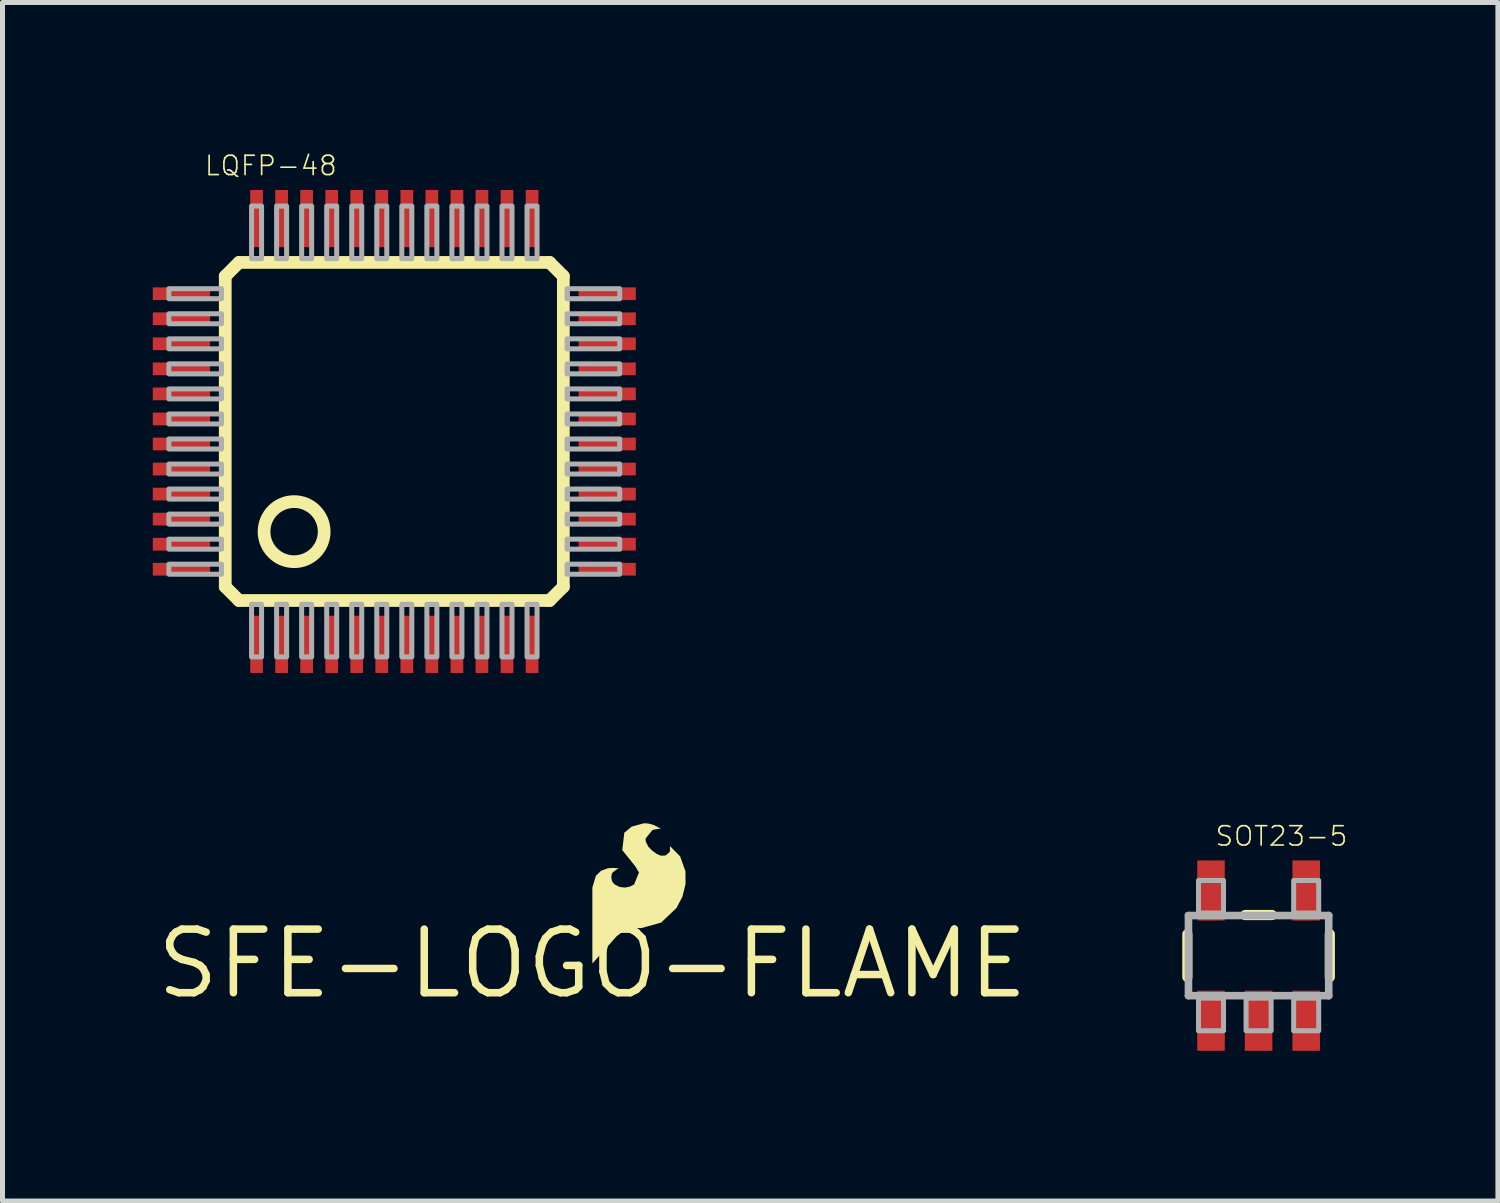
<source format=kicad_pcb>
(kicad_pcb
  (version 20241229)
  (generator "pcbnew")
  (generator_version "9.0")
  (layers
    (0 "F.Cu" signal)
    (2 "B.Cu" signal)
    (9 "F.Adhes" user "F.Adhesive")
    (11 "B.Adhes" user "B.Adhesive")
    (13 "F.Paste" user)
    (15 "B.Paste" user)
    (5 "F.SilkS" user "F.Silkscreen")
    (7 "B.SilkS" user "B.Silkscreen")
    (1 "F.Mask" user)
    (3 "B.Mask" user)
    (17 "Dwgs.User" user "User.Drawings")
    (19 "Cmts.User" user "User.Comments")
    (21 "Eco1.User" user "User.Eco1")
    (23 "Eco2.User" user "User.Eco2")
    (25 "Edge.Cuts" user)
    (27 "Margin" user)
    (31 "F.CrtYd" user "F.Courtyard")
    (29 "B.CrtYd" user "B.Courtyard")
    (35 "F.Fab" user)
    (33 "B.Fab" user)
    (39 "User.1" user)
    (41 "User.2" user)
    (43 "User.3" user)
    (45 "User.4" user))
  (footprint "LQFP-48"
    (layer "F.Cu")
    (at 4.822 5.564)
    (property "Reference" "LQFP-48" (at -3.81 -5.08 0) (layer "F.SilkS") (effects (font (size 0.386 0.386) (thickness 0.033)) (justify left bottom)))
    (attr through_hole)
    (fp_line (start -3.375 -3.1) (end -3.1 -3.375) (stroke (width 0.254) (type solid)) (layer "F.SilkS"))
    (fp_line (start -3.375 3.1) (end -3.375 -3.1) (stroke (width 0.254) (type solid)) (layer "F.SilkS"))
    (fp_line (start -3.1 -3.375) (end 3.1 -3.375) (stroke (width 0.254) (type solid)) (layer "F.SilkS"))
    (fp_line (start -3.1 3.375) (end -3.375 3.1) (stroke (width 0.254) (type solid)) (layer "F.SilkS"))
    (fp_line (start 3.1 -3.375) (end 3.375 -3.1) (stroke (width 0.254) (type solid)) (layer "F.SilkS"))
    (fp_line (start 3.1 3.375) (end -3.1 3.375) (stroke (width 0.254) (type solid)) (layer "F.SilkS"))
    (fp_line (start 3.375 -3.1) (end 3.375 3.1) (stroke (width 0.254) (type solid)) (layer "F.SilkS"))
    (fp_line (start 3.375 3.1) (end 3.1 3.375) (stroke (width 0.254) (type solid)) (layer "F.SilkS"))
    (fp_circle (center -2 2) (end -1.4 2) (stroke (width 0.254) (type solid)) (fill no) (layer "F.SilkS"))
    (fp_poly (pts (xy -4.5 -2.65) (xy -3.45 -2.65) (xy -3.45 -2.85) (xy -4.5 -2.85)) (stroke (width 0.1) (type solid)) (fill no) (layer "F.Fab"))
    (fp_poly (pts (xy -4.5 -2.15) (xy -3.45 -2.15) (xy -3.45 -2.35) (xy -4.5 -2.35)) (stroke (width 0.1) (type solid)) (fill no) (layer "F.Fab"))
    (fp_poly (pts (xy -4.5 -1.65) (xy -3.45 -1.65) (xy -3.45 -1.85) (xy -4.5 -1.85)) (stroke (width 0.1) (type solid)) (fill no) (layer "F.Fab"))
    (fp_poly (pts (xy -4.5 -1.15) (xy -3.45 -1.15) (xy -3.45 -1.35) (xy -4.5 -1.35)) (stroke (width 0.1) (type solid)) (fill no) (layer "F.Fab"))
    (fp_poly (pts (xy -4.5 -0.65) (xy -3.45 -0.65) (xy -3.45 -0.85) (xy -4.5 -0.85)) (stroke (width 0.1) (type solid)) (fill no) (layer "F.Fab"))
    (fp_poly (pts (xy -4.5 -0.15) (xy -3.45 -0.15) (xy -3.45 -0.35) (xy -4.5 -0.35)) (stroke (width 0.1) (type solid)) (fill no) (layer "F.Fab"))
    (fp_poly (pts (xy -4.5 0.35) (xy -3.45 0.35) (xy -3.45 0.15) (xy -4.5 0.15)) (stroke (width 0.1) (type solid)) (fill no) (layer "F.Fab"))
    (fp_poly (pts (xy -4.5 0.85) (xy -3.45 0.85) (xy -3.45 0.65) (xy -4.5 0.65)) (stroke (width 0.1) (type solid)) (fill no) (layer "F.Fab"))
    (fp_poly (pts (xy -4.5 1.35) (xy -3.45 1.35) (xy -3.45 1.15) (xy -4.5 1.15)) (stroke (width 0.1) (type solid)) (fill no) (layer "F.Fab"))
    (fp_poly (pts (xy -4.5 1.85) (xy -3.45 1.85) (xy -3.45 1.65) (xy -4.5 1.65)) (stroke (width 0.1) (type solid)) (fill no) (layer "F.Fab"))
    (fp_poly (pts (xy -4.5 2.35) (xy -3.45 2.35) (xy -3.45 2.15) (xy -4.5 2.15)) (stroke (width 0.1) (type solid)) (fill no) (layer "F.Fab"))
    (fp_poly (pts (xy -4.5 2.85) (xy -3.45 2.85) (xy -3.45 2.65) (xy -4.5 2.65)) (stroke (width 0.1) (type solid)) (fill no) (layer "F.Fab"))
    (fp_poly (pts (xy -2.85 -3.45) (xy -2.65 -3.45) (xy -2.65 -4.5) (xy -2.85 -4.5)) (stroke (width 0.1) (type solid)) (fill no) (layer "F.Fab"))
    (fp_poly (pts (xy -2.85 4.5) (xy -2.65 4.5) (xy -2.65 3.45) (xy -2.85 3.45)) (stroke (width 0.1) (type solid)) (fill no) (layer "F.Fab"))
    (fp_poly (pts (xy -2.35 -3.45) (xy -2.15 -3.45) (xy -2.15 -4.5) (xy -2.35 -4.5)) (stroke (width 0.1) (type solid)) (fill no) (layer "F.Fab"))
    (fp_poly (pts (xy -2.35 4.5) (xy -2.15 4.5) (xy -2.15 3.45) (xy -2.35 3.45)) (stroke (width 0.1) (type solid)) (fill no) (layer "F.Fab"))
    (fp_poly (pts (xy -1.85 -3.45) (xy -1.65 -3.45) (xy -1.65 -4.5) (xy -1.85 -4.5)) (stroke (width 0.1) (type solid)) (fill no) (layer "F.Fab"))
    (fp_poly (pts (xy -1.85 4.5) (xy -1.65 4.5) (xy -1.65 3.45) (xy -1.85 3.45)) (stroke (width 0.1) (type solid)) (fill no) (layer "F.Fab"))
    (fp_poly (pts (xy -1.35 -3.45) (xy -1.15 -3.45) (xy -1.15 -4.5) (xy -1.35 -4.5)) (stroke (width 0.1) (type solid)) (fill no) (layer "F.Fab"))
    (fp_poly (pts (xy -1.35 4.5) (xy -1.15 4.5) (xy -1.15 3.45) (xy -1.35 3.45)) (stroke (width 0.1) (type solid)) (fill no) (layer "F.Fab"))
    (fp_poly (pts (xy -0.85 -3.45) (xy -0.65 -3.45) (xy -0.65 -4.5) (xy -0.85 -4.5)) (stroke (width 0.1) (type solid)) (fill no) (layer "F.Fab"))
    (fp_poly (pts (xy -0.85 4.5) (xy -0.65 4.5) (xy -0.65 3.45) (xy -0.85 3.45)) (stroke (width 0.1) (type solid)) (fill no) (layer "F.Fab"))
    (fp_poly (pts (xy -0.35 -3.45) (xy -0.15 -3.45) (xy -0.15 -4.5) (xy -0.35 -4.5)) (stroke (width 0.1) (type solid)) (fill no) (layer "F.Fab"))
    (fp_poly (pts (xy -0.35 4.5) (xy -0.15 4.5) (xy -0.15 3.45) (xy -0.35 3.45)) (stroke (width 0.1) (type solid)) (fill no) (layer "F.Fab"))
    (fp_poly (pts (xy 0.15 -3.45) (xy 0.35 -3.45) (xy 0.35 -4.5) (xy 0.15 -4.5)) (stroke (width 0.1) (type solid)) (fill no) (layer "F.Fab"))
    (fp_poly (pts (xy 0.15 4.5) (xy 0.35 4.5) (xy 0.35 3.45) (xy 0.15 3.45)) (stroke (width 0.1) (type solid)) (fill no) (layer "F.Fab"))
    (fp_poly (pts (xy 0.65 -3.45) (xy 0.85 -3.45) (xy 0.85 -4.5) (xy 0.65 -4.5)) (stroke (width 0.1) (type solid)) (fill no) (layer "F.Fab"))
    (fp_poly (pts (xy 0.65 4.5) (xy 0.85 4.5) (xy 0.85 3.45) (xy 0.65 3.45)) (stroke (width 0.1) (type solid)) (fill no) (layer "F.Fab"))
    (fp_poly (pts (xy 1.15 -3.45) (xy 1.35 -3.45) (xy 1.35 -4.5) (xy 1.15 -4.5)) (stroke (width 0.1) (type solid)) (fill no) (layer "F.Fab"))
    (fp_poly (pts (xy 1.15 4.5) (xy 1.35 4.5) (xy 1.35 3.45) (xy 1.15 3.45)) (stroke (width 0.1) (type solid)) (fill no) (layer "F.Fab"))
    (fp_poly (pts (xy 1.65 -3.45) (xy 1.85 -3.45) (xy 1.85 -4.5) (xy 1.65 -4.5)) (stroke (width 0.1) (type solid)) (fill no) (layer "F.Fab"))
    (fp_poly (pts (xy 1.65 4.5) (xy 1.85 4.5) (xy 1.85 3.45) (xy 1.65 3.45)) (stroke (width 0.1) (type solid)) (fill no) (layer "F.Fab"))
    (fp_poly (pts (xy 2.15 -3.45) (xy 2.35 -3.45) (xy 2.35 -4.5) (xy 2.15 -4.5)) (stroke (width 0.1) (type solid)) (fill no) (layer "F.Fab"))
    (fp_poly (pts (xy 2.15 4.5) (xy 2.35 4.5) (xy 2.35 3.45) (xy 2.15 3.45)) (stroke (width 0.1) (type solid)) (fill no) (layer "F.Fab"))
    (fp_poly (pts (xy 2.65 -3.45) (xy 2.85 -3.45) (xy 2.85 -4.5) (xy 2.65 -4.5)) (stroke (width 0.1) (type solid)) (fill no) (layer "F.Fab"))
    (fp_poly (pts (xy 2.65 4.5) (xy 2.85 4.5) (xy 2.85 3.45) (xy 2.65 3.45)) (stroke (width 0.1) (type solid)) (fill no) (layer "F.Fab"))
    (fp_poly (pts (xy 3.45 -2.65) (xy 4.5 -2.65) (xy 4.5 -2.85) (xy 3.45 -2.85)) (stroke (width 0.1) (type solid)) (fill no) (layer "F.Fab"))
    (fp_poly (pts (xy 3.45 -2.15) (xy 4.5 -2.15) (xy 4.5 -2.35) (xy 3.45 -2.35)) (stroke (width 0.1) (type solid)) (fill no) (layer "F.Fab"))
    (fp_poly (pts (xy 3.45 -1.65) (xy 4.5 -1.65) (xy 4.5 -1.85) (xy 3.45 -1.85)) (stroke (width 0.1) (type solid)) (fill no) (layer "F.Fab"))
    (fp_poly (pts (xy 3.45 -1.15) (xy 4.5 -1.15) (xy 4.5 -1.35) (xy 3.45 -1.35)) (stroke (width 0.1) (type solid)) (fill no) (layer "F.Fab"))
    (fp_poly (pts (xy 3.45 -0.65) (xy 4.5 -0.65) (xy 4.5 -0.85) (xy 3.45 -0.85)) (stroke (width 0.1) (type solid)) (fill no) (layer "F.Fab"))
    (fp_poly (pts (xy 3.45 -0.15) (xy 4.5 -0.15) (xy 4.5 -0.35) (xy 3.45 -0.35)) (stroke (width 0.1) (type solid)) (fill no) (layer "F.Fab"))
    (fp_poly (pts (xy 3.45 0.35) (xy 4.5 0.35) (xy 4.5 0.15) (xy 3.45 0.15)) (stroke (width 0.1) (type solid)) (fill no) (layer "F.Fab"))
    (fp_poly (pts (xy 3.45 0.85) (xy 4.5 0.85) (xy 4.5 0.65) (xy 3.45 0.65)) (stroke (width 0.1) (type solid)) (fill no) (layer "F.Fab"))
    (fp_poly (pts (xy 3.45 1.35) (xy 4.5 1.35) (xy 4.5 1.15) (xy 3.45 1.15)) (stroke (width 0.1) (type solid)) (fill no) (layer "F.Fab"))
    (fp_poly (pts (xy 3.45 1.85) (xy 4.5 1.85) (xy 4.5 1.65) (xy 3.45 1.65)) (stroke (width 0.1) (type solid)) (fill no) (layer "F.Fab"))
    (fp_poly (pts (xy 3.45 2.35) (xy 4.5 2.35) (xy 4.5 2.15) (xy 3.45 2.15)) (stroke (width 0.1) (type solid)) (fill no) (layer "F.Fab"))
    (fp_poly (pts (xy 3.45 2.85) (xy 4.5 2.85) (xy 4.5 2.65) (xy 3.45 2.65)) (stroke (width 0.1) (type solid)) (fill no) (layer "F.Fab"))
    (pad "1" smd rect (at -2.75 4.25) (size 0.254 1.143) (layers "F.Cu" "F.Mask" "F.Paste"))
    (pad "2" smd rect (at -2.25 4.25) (size 0.254 1.143) (layers "F.Cu" "F.Mask" "F.Paste"))
    (pad "3" smd rect (at -1.75 4.25) (size 0.254 1.143) (layers "F.Cu" "F.Mask" "F.Paste"))
    (pad "4" smd rect (at -1.25 4.25) (size 0.254 1.143) (layers "F.Cu" "F.Mask" "F.Paste"))
    (pad "5" smd rect (at -0.75 4.25) (size 0.254 1.143) (layers "F.Cu" "F.Mask" "F.Paste"))
    (pad "6" smd rect (at -0.25 4.25) (size 0.254 1.143) (layers "F.Cu" "F.Mask" "F.Paste"))
    (pad "7" smd rect (at 0.25 4.25) (size 0.254 1.143) (layers "F.Cu" "F.Mask" "F.Paste"))
    (pad "8" smd rect (at 0.75 4.25) (size 0.254 1.143) (layers "F.Cu" "F.Mask" "F.Paste"))
    (pad "9" smd rect (at 1.25 4.25) (size 0.254 1.143) (layers "F.Cu" "F.Mask" "F.Paste"))
    (pad "10" smd rect (at 1.75 4.25) (size 0.254 1.143) (layers "F.Cu" "F.Mask" "F.Paste"))
    (pad "11" smd rect (at 2.25 4.25) (size 0.254 1.143) (layers "F.Cu" "F.Mask" "F.Paste"))
    (pad "12" smd rect (at 2.75 4.25) (size 0.254 1.143) (layers "F.Cu" "F.Mask" "F.Paste"))
    (pad "13" smd rect (at 4.25 2.75) (size 1.143 0.254) (layers "F.Cu" "F.Mask" "F.Paste"))
    (pad "14" smd rect (at 4.25 2.25) (size 1.143 0.254) (layers "F.Cu" "F.Mask" "F.Paste"))
    (pad "15" smd rect (at 4.25 1.75) (size 1.143 0.254) (layers "F.Cu" "F.Mask" "F.Paste"))
    (pad "16" smd rect (at 4.25 1.25) (size 1.143 0.254) (layers "F.Cu" "F.Mask" "F.Paste"))
    (pad "17" smd rect (at 4.25 0.75) (size 1.143 0.254) (layers "F.Cu" "F.Mask" "F.Paste"))
    (pad "18" smd rect (at 4.25 0.25) (size 1.143 0.254) (layers "F.Cu" "F.Mask" "F.Paste"))
    (pad "19" smd rect (at 4.25 -0.25) (size 1.143 0.254) (layers "F.Cu" "F.Mask" "F.Paste"))
    (pad "20" smd rect (at 4.25 -0.75) (size 1.143 0.254) (layers "F.Cu" "F.Mask" "F.Paste"))
    (pad "21" smd rect (at 4.25 -1.25) (size 1.143 0.254) (layers "F.Cu" "F.Mask" "F.Paste"))
    (pad "22" smd rect (at 4.25 -1.75) (size 1.143 0.254) (layers "F.Cu" "F.Mask" "F.Paste"))
    (pad "23" smd rect (at 4.25 -2.25) (size 1.143 0.254) (layers "F.Cu" "F.Mask" "F.Paste"))
    (pad "24" smd rect (at 4.25 -2.75) (size 1.143 0.254) (layers "F.Cu" "F.Mask" "F.Paste"))
    (pad "25" smd rect (at 2.75 -4.25) (size 0.254 1.143) (layers "F.Cu" "F.Mask" "F.Paste"))
    (pad "26" smd rect (at 2.25 -4.25) (size 0.254 1.143) (layers "F.Cu" "F.Mask" "F.Paste"))
    (pad "27" smd rect (at 1.75 -4.25) (size 0.254 1.143) (layers "F.Cu" "F.Mask" "F.Paste"))
    (pad "28" smd rect (at 1.25 -4.25) (size 0.254 1.143) (layers "F.Cu" "F.Mask" "F.Paste"))
    (pad "29" smd rect (at 0.75 -4.25) (size 0.254 1.143) (layers "F.Cu" "F.Mask" "F.Paste"))
    (pad "30" smd rect (at 0.25 -4.25) (size 0.254 1.143) (layers "F.Cu" "F.Mask" "F.Paste"))
    (pad "31" smd rect (at -0.25 -4.25) (size 0.254 1.143) (layers "F.Cu" "F.Mask" "F.Paste"))
    (pad "32" smd rect (at -0.75 -4.25) (size 0.254 1.143) (layers "F.Cu" "F.Mask" "F.Paste"))
    (pad "33" smd rect (at -1.25 -4.25) (size 0.254 1.143) (layers "F.Cu" "F.Mask" "F.Paste"))
    (pad "34" smd rect (at -1.75 -4.25) (size 0.254 1.143) (layers "F.Cu" "F.Mask" "F.Paste"))
    (pad "35" smd rect (at -2.25 -4.25) (size 0.254 1.143) (layers "F.Cu" "F.Mask" "F.Paste"))
    (pad "36" smd rect (at -2.75 -4.25) (size 0.254 1.143) (layers "F.Cu" "F.Mask" "F.Paste"))
    (pad "37" smd rect (at -4.25 -2.75) (size 1.143 0.254) (layers "F.Cu" "F.Mask" "F.Paste"))
    (pad "38" smd rect (at -4.25 -2.25) (size 1.143 0.254) (layers "F.Cu" "F.Mask" "F.Paste"))
    (pad "39" smd rect (at -4.25 -1.75) (size 1.143 0.254) (layers "F.Cu" "F.Mask" "F.Paste"))
    (pad "40" smd rect (at -4.25 -1.25) (size 1.143 0.254) (layers "F.Cu" "F.Mask" "F.Paste"))
    (pad "41" smd rect (at -4.25 -0.75) (size 1.143 0.254) (layers "F.Cu" "F.Mask" "F.Paste"))
    (pad "42" smd rect (at -4.25 -0.25) (size 1.143 0.254) (layers "F.Cu" "F.Mask" "F.Paste"))
    (pad "43" smd rect (at -4.25 0.25) (size 1.143 0.254) (layers "F.Cu" "F.Mask" "F.Paste"))
    (pad "44" smd rect (at -4.25 0.75) (size 1.143 0.254) (layers "F.Cu" "F.Mask" "F.Paste"))
    (pad "45" smd rect (at -4.25 1.25) (size 1.143 0.254) (layers "F.Cu" "F.Mask" "F.Paste"))
    (pad "46" smd rect (at -4.25 1.75) (size 1.143 0.254) (layers "F.Cu" "F.Mask" "F.Paste"))
    (pad "47" smd rect (at -4.25 2.25) (size 1.143 0.254) (layers "F.Cu" "F.Mask" "F.Paste"))
    (pad "48" smd rect (at -4.25 2.75) (size 1.143 0.254) (layers "F.Cu" "F.Mask" "F.Paste")))
  (footprint "SFE-LOGO-FLAME"
    (layer "F.Cu")
    (at 8.776 16.189)
    (property "Reference" "SFE-LOGO-FLAME" (at 0 0 0) (layer "F.SilkS") (effects (font (size 1.27 1.27) (thickness 0.15))))
    (attr through_hole)
    (fp_poly (pts (xy 0.546 -1.897) (xy 0.498 -1.905) (xy 0.404 -1.912) (xy 0.31 -1.905) (xy 0.175 -1.855) (xy 0.071 -1.755) (xy 0.0001 -1.519) (xy 0.0001 -0.003) (xy 0.488 -0.551) (xy 0.676 -0.691) (xy 0.713 -0.704) (xy 0.752 -0.711) (xy 0.981 -0.711) (xy 1.372 -0.82) (xy 1.679 -1.11) (xy 1.679 -1.11) (xy 1.798 -1.338) (xy 1.86 -1.587) (xy 1.859 -1.844) (xy 1.859 -1.844) (xy 1.753 -2.141) (xy 1.55 -2.347) (xy 1.55 -2.258) (xy 1.542 -2.23) (xy 1.473 -2.167) (xy 1.463 -2.162) (xy 1.453 -2.159) (xy 1.367 -2.156) (xy 1.288 -2.189) (xy 1.196 -2.256) (xy 1.118 -2.334) (xy 1.067 -2.433) (xy 1.062 -2.499) (xy 1.202 -2.67) (xy 1.306 -2.69) (xy 1.367 -2.69) (xy 1.367 -2.69) (xy 1.364 -2.692) (xy 1.27 -2.748) (xy 1.252 -2.755) (xy 1.234 -2.764) (xy 1.223 -2.769) (xy 1.212 -2.774) (xy 1.124 -2.796) (xy 1.034 -2.804) (xy 0.785 -2.736) (xy 0.638 -2.614) (xy 0.638 -2.614) (xy 0.597 -2.268) (xy 0.861 -1.938) (xy 0.861 -1.938) (xy 0.93 -1.821) (xy 0.833 -1.58) (xy 0.747 -1.538) (xy 0.653 -1.519) (xy 0.653 -1.519) (xy 0.543 -1.531) (xy 0.445 -1.582) (xy 0.411 -1.618) (xy 0.389 -1.661) (xy 0.378 -1.728) (xy 0.389 -1.796) (xy 0.411 -1.826) (xy 0.495 -1.887) (xy 0.495 -1.887) (xy 0.52 -1.898)) (stroke (width 0) (type solid)) (fill yes) (layer "F.SilkS")))
  (footprint "SOT23-5"
    (layer "F.Cu")
    (at 22.077 16.028)
    (property "Reference" "SOT23-5" (at -0.889 -2.159 0) (layer "F.SilkS") (effects (font (size 0.386 0.386) (thickness 0.033)) (justify left bottom)))
    (attr through_hole)
    (fp_line (start -1.422 0.429) (end -1.422 -0.429) (stroke (width 0.203) (type solid)) (layer "F.SilkS"))
    (fp_line (start -0.268 -0.81) (end 0.268 -0.81) (stroke (width 0.203) (type solid)) (layer "F.SilkS"))
    (fp_line (start 1.422 -0.429) (end 1.422 0.429) (stroke (width 0.203) (type solid)) (layer "F.SilkS"))
    (fp_line (start -1.4 -0.8) (end -1.4 0.8) (stroke (width 0.152) (type solid)) (layer "F.Fab"))
    (fp_line (start -1.4 -0.8) (end 1.4 -0.8) (stroke (width 0.152) (type solid)) (layer "F.Fab"))
    (fp_line (start 1.4 -0.8) (end 1.4 0.8) (stroke (width 0.152) (type solid)) (layer "F.Fab"))
    (fp_line (start 1.4 0.8) (end -1.4 0.8) (stroke (width 0.152) (type solid)) (layer "F.Fab"))
    (fp_poly (pts (xy -1.2 -0.85) (xy -0.7 -0.85) (xy -0.7 -1.5) (xy -1.2 -1.5)) (stroke (width 0.1) (type solid)) (fill no) (layer "F.Fab"))
    (fp_poly (pts (xy -1.2 1.5) (xy -0.7 1.5) (xy -0.7 0.85) (xy -1.2 0.85)) (stroke (width 0.1) (type solid)) (fill no) (layer "F.Fab"))
    (fp_poly (pts (xy -0.25 1.5) (xy 0.25 1.5) (xy 0.25 0.85) (xy -0.25 0.85)) (stroke (width 0.1) (type solid)) (fill no) (layer "F.Fab"))
    (fp_poly (pts (xy 0.7 -0.85) (xy 1.2 -0.85) (xy 1.2 -1.5) (xy 0.7 -1.5)) (stroke (width 0.1) (type solid)) (fill no) (layer "F.Fab"))
    (fp_poly (pts (xy 0.7 1.5) (xy 1.2 1.5) (xy 1.2 0.85) (xy 0.7 0.85)) (stroke (width 0.1) (type solid)) (fill no) (layer "F.Fab"))
    (pad "1" smd rect (at -0.95 1.3) (size 0.55 1.2) (layers "F.Cu" "F.Mask" "F.Paste"))
    (pad "2" smd rect (at 0 1.3) (size 0.55 1.2) (layers "F.Cu" "F.Mask" "F.Paste"))
    (pad "3" smd rect (at 0.95 1.3) (size 0.55 1.2) (layers "F.Cu" "F.Mask" "F.Paste"))
    (pad "4" smd rect (at 0.95 -1.3) (size 0.55 1.2) (layers "F.Cu" "F.Mask" "F.Paste"))
    (pad "5" smd rect (at -0.95 -1.3) (size 0.55 1.2) (layers "F.Cu" "F.Mask" "F.Paste")))
  (gr_rect
    (start -3 -3)
    (end 26.855 20.928)
    (stroke (width 0.1) (type default))
    (fill no)
    (layer "Edge.Cuts")))
</source>
